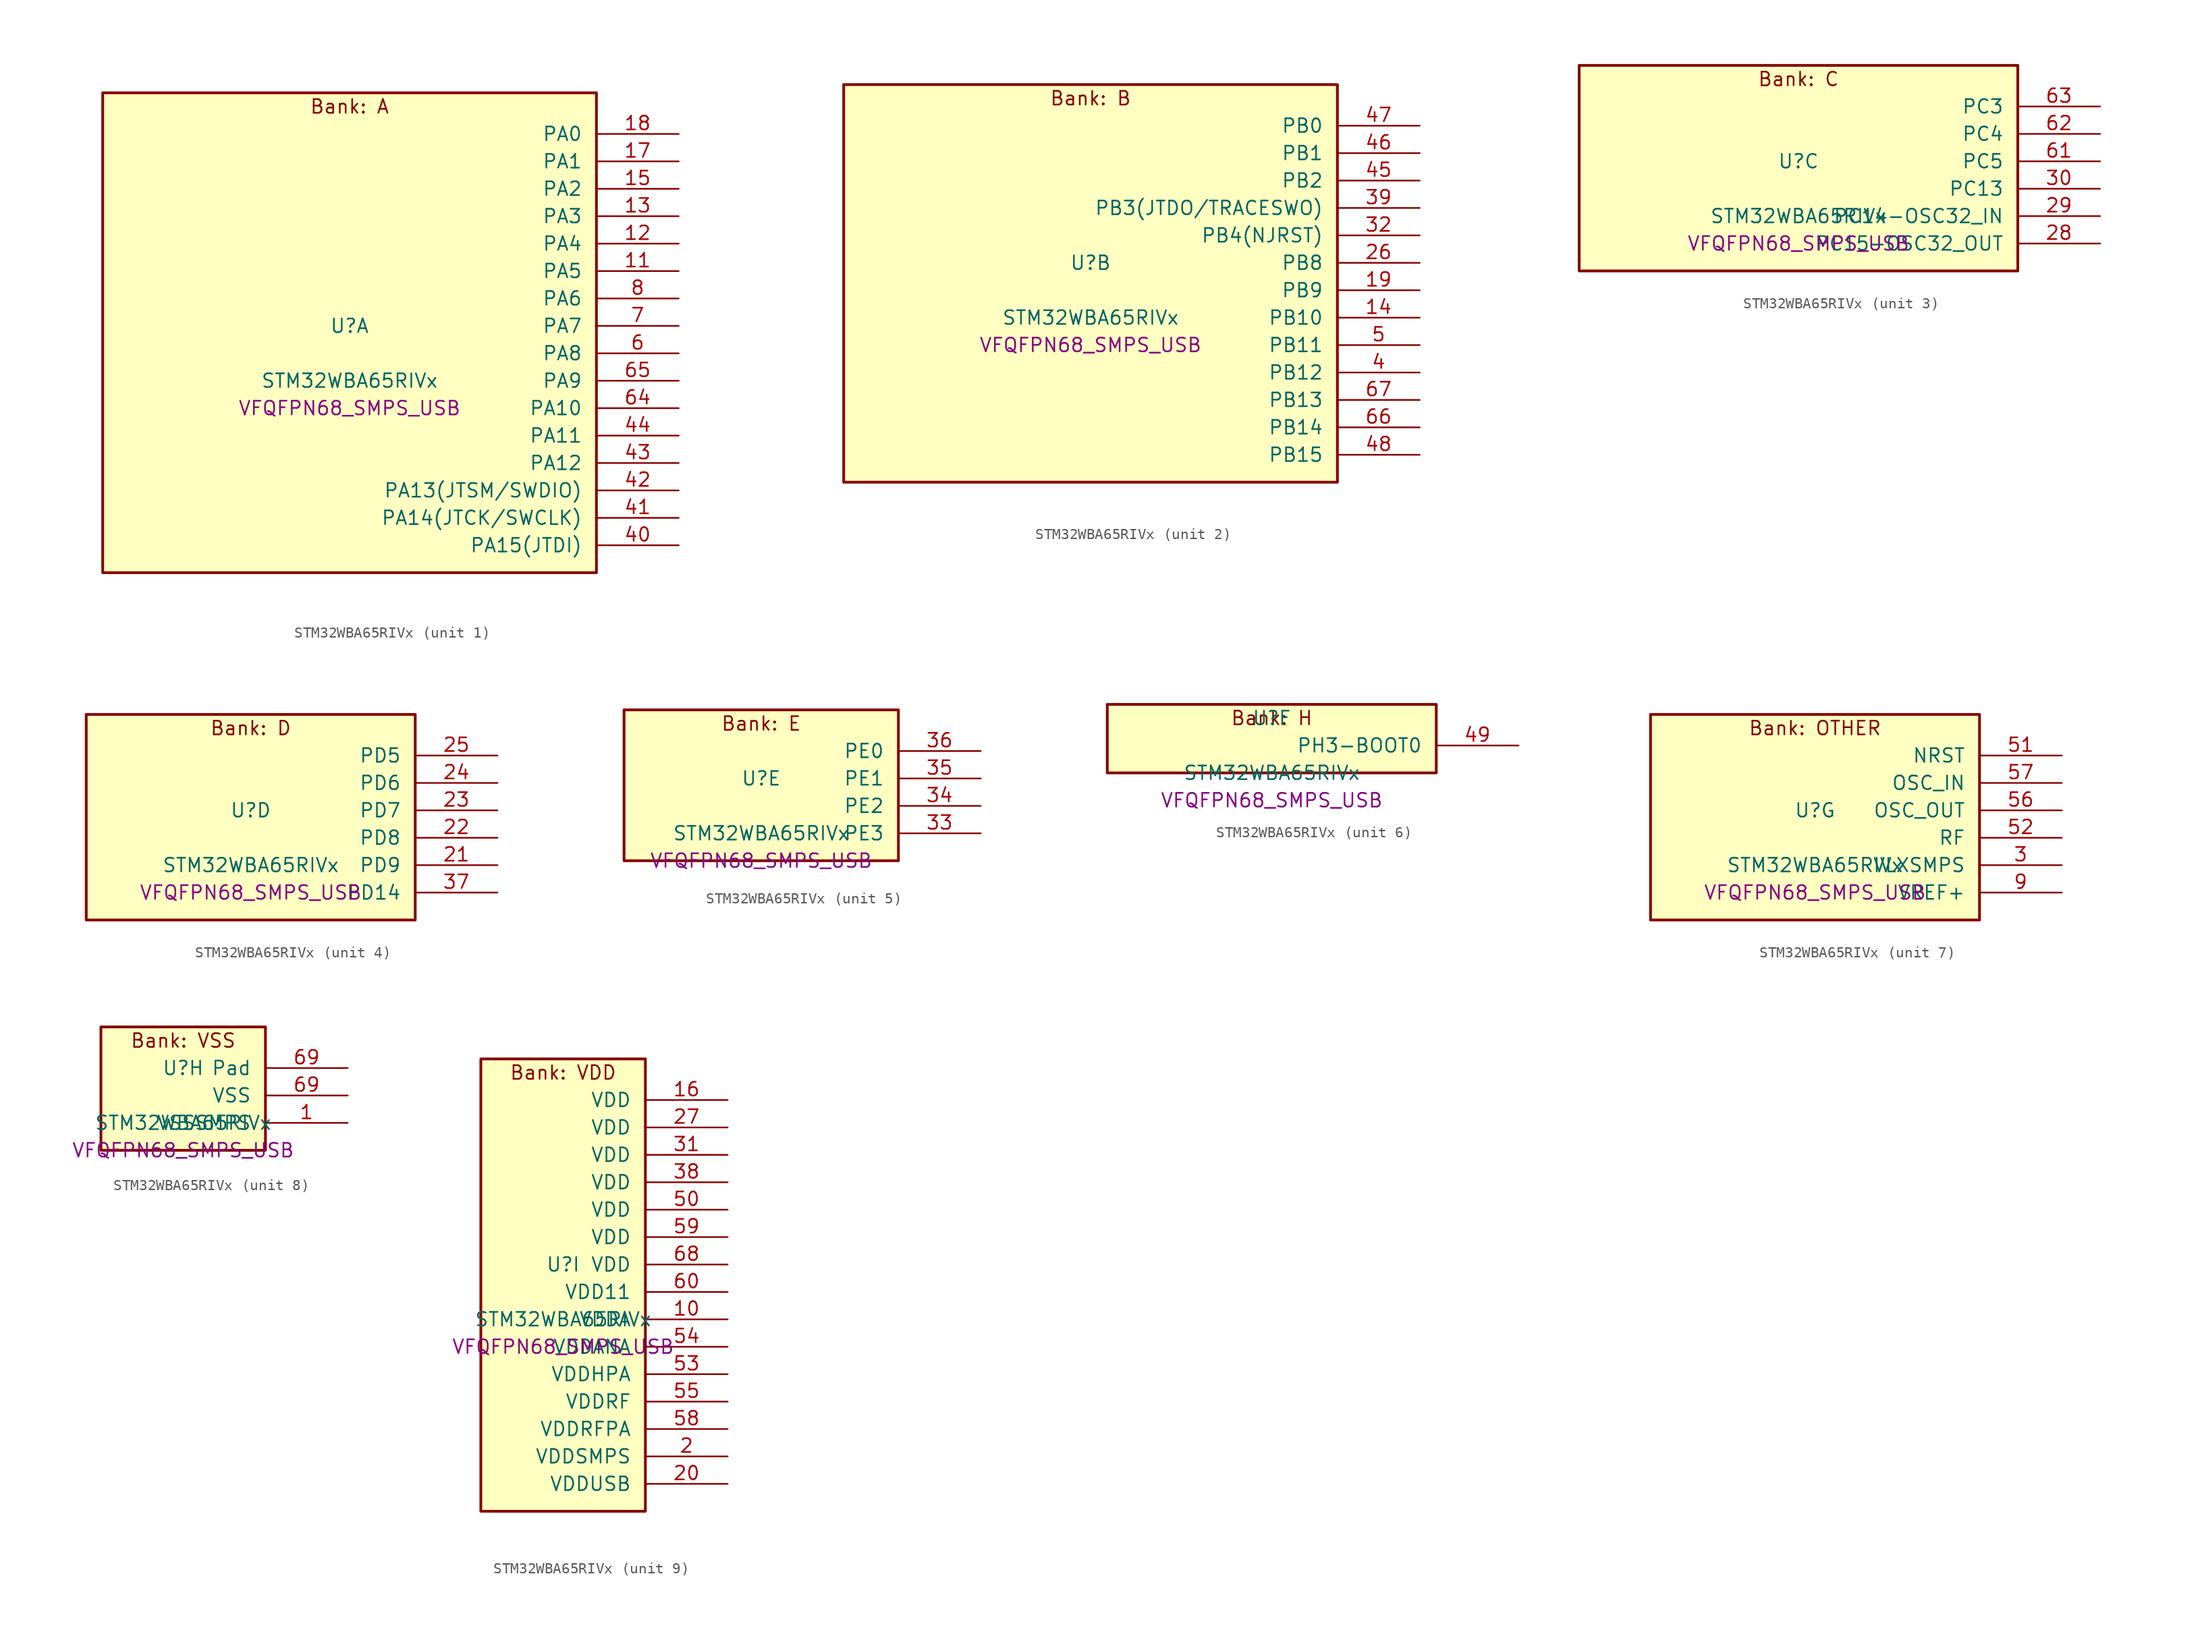
<source format=kicad_sym>
(kicad_symbol_lib
  (version 20241209)
  (generator "stm32_pkl_generator")
  (generator_version "1.0")
  (symbol "STM32WBA65RIVx"
    (pin_names
      (offset 1.27))
    (property "Reference" "U"
      (at 0 2.54 0))
    (property "Value" "STM32WBA65RIVx"
      (at 0 -2.54 0))
    (property "Footprint" "VFQFPN68_SMPS_USB"
      (at 0 -5.08 0))
    (symbol "STM32WBA65RIVx_1_1"
      (rectangle (start -22.86 24.13) (end 22.86 -20.32) (stroke (width 0.254) (type solid)) (fill (type background)))
      (text "Bank: A" (at 0 22.86 0))
      (pin bidirectional line (at 30.48 20.32 180) (length 7.62) (name "PA0") (number "18") (alternate "PA0/ADC4_IN9" bidirectional line) (alternate "PA0/COMP2_INP" bidirectional line) (alternate "PA0/LPTIM1_IN1" bidirectional line) (alternate "PA0/LPUART1_CTS" bidirectional line) (alternate "PA0/PWR_WKUP1" bidirectional line) (alternate "PA0/SPI3_SCK" bidirectional line) (alternate "PA0/TIM1_CH2N" bidirectional line) (alternate "PA0/TIM3_CH3" bidirectional line) (alternate "PA0/TIM3_ETR" bidirectional line) (alternate "PA0/TSC_G2_IO2" bidirectional line))
      (pin bidirectional line (at 30.48 17.78 180) (length 7.62) (name "PA1") (number "17") (alternate "PA1/ADC4_IN8" bidirectional line) (alternate "PA1/COMP1_INM" bidirectional line) (alternate "PA1/LPTIM2_CH2" bidirectional line) (alternate "PA1/LPUART1_RX" bidirectional line) (alternate "PA1/PWR_WKUP3" bidirectional line) (alternate "PA1/SAI1_CK1" bidirectional line) (alternate "PA1/SPI1_RDY" bidirectional line) (alternate "PA1/SPI3_MISO" bidirectional line) (alternate "PA1/TIM17_CH1" bidirectional line) (alternate "PA1/TIM1_CH1N" bidirectional line) (alternate "PA1/TIM3_CH2" bidirectional line) (alternate "PA1/TSC_G2_IO1" bidirectional line) (alternate "PA1/USART1_CK" bidirectional line))
      (pin bidirectional line (at 30.48 15.24 180) (length 7.62) (name "PA2") (number "15") (alternate "PA2/ADC4_IN7" bidirectional line) (alternate "PA2/COMP1_INP" bidirectional line) (alternate "PA2/LPUART1_TX" bidirectional line) (alternate "PA2/PWR_WKUP4" bidirectional line) (alternate "PA2/RCC_LSCO" bidirectional line) (alternate "PA2/SAI1_D1" bidirectional line) (alternate "PA2/TIM16_CH1" bidirectional line) (alternate "PA2/TIM1_BKIN" bidirectional line) (alternate "PA2/TIM3_CH1" bidirectional line) (alternate "PA2/TSC_G4_IO4" bidirectional line) (alternate "PA2/USART1_DE" bidirectional line) (alternate "PA2/USART1_RTS" bidirectional line))
      (pin bidirectional line (at 30.48 12.7 180) (length 7.62) (name "PA3") (number "13") (alternate "PA3/ADC4_IN6" bidirectional line) (alternate "PA3/PWR_WKUP5" bidirectional line) (alternate "PA3/TIM16_CH1N" bidirectional line) (alternate "PA3/TSC_G4_IO2" bidirectional line) (alternate "PA3/USART1_DE" bidirectional line) (alternate "PA3/USART1_RTS" bidirectional line))
      (pin bidirectional line (at 30.48 10.16 180) (length 7.62) (name "PA4") (number "12") (alternate "PA4/ADC4_IN5" bidirectional line) (alternate "PA4/AUDIOCLK" bidirectional line) (alternate "PA4/PWR_WKUP2" bidirectional line) (alternate "PA4/TAMP_IN6" bidirectional line) (alternate "PA4/TAMP_OUT3" bidirectional line) (alternate "PA4/TIM16_CH1" bidirectional line) (alternate "PA4/TSC_G4_IO1" bidirectional line) (alternate "PA4/USART1_CTS" bidirectional line))
      (pin bidirectional line (at 30.48 7.62 180) (length 7.62) (name "PA5") (number "11") (alternate "PA5/ADC4_IN4" bidirectional line) (alternate "PA5/AUDIOCLK" bidirectional line) (alternate "PA5/LPTIM2_ETR" bidirectional line) (alternate "PA5/PWR_CSLEEP" bidirectional line) (alternate "PA5/PWR_WKUP6" bidirectional line) (alternate "PA5/SAI1_D2" bidirectional line) (alternate "PA5/SPI3_NSS" bidirectional line) (alternate "PA5/TIM2_CH1" bidirectional line) (alternate "PA5/TIM2_ETR" bidirectional line) (alternate "PA5/TSC_G1_IO4" bidirectional line) (alternate "PA5/USART1_CK" bidirectional line) (alternate "PA5/USART3_RX" bidirectional line))
      (pin bidirectional line (at 30.48 5.08 180) (length 7.62) (name "PA6") (number "8") (alternate "PA6/ADC4_IN3" bidirectional line) (alternate "PA6/I2C3_SCL" bidirectional line) (alternate "PA6/PWR_CSTOP" bidirectional line) (alternate "PA6/PWR_WKUP7" bidirectional line) (alternate "PA6/SAI1_CK2" bidirectional line) (alternate "PA6/SAI1_MCLK_A" bidirectional line) (alternate "PA6/SPI3_RDY" bidirectional line) (alternate "PA6/TIM2_CH4" bidirectional line) (alternate "PA6/TSC_G1_IO3" bidirectional line) (alternate "PA6/USART1_DE" bidirectional line) (alternate "PA6/USART1_RTS" bidirectional line) (alternate "PA6/USART3_CTS" bidirectional line))
      (pin bidirectional line (at 30.48 2.54 180) (length 7.62) (name "PA7") (number "7") (alternate "PA7/ADC4_IN2" bidirectional line) (alternate "PA7/COMP1_OUT" bidirectional line) (alternate "PA7/I2C3_SDA" bidirectional line) (alternate "PA7/PWR_WKUP8" bidirectional line) (alternate "PA7/SAI1_SCK_A" bidirectional line) (alternate "PA7/SPI3_SCK" bidirectional line) (alternate "PA7/TAMP_IN1" bidirectional line) (alternate "PA7/TAMP_OUT2" bidirectional line) (alternate "PA7/TIM2_CH3" bidirectional line) (alternate "PA7/TSC_G1_IO2" bidirectional line) (alternate "PA7/USART1_CTS" bidirectional line) (alternate "PA7/USART3_TX" bidirectional line))
      (pin bidirectional line (at 30.48 0 180) (length 7.62) (name "PA8") (number "6") (alternate "PA8/ADC4_IN1" bidirectional line) (alternate "PA8/LPTIM1_CH2" bidirectional line) (alternate "PA8/RCC_MCO" bidirectional line) (alternate "PA8/SAI1_FS_A" bidirectional line) (alternate "PA8/SPI3_RDY" bidirectional line) (alternate "PA8/TIM2_CH2" bidirectional line) (alternate "PA8/TSC_G1_IO1" bidirectional line) (alternate "PA8/USART1_RX" bidirectional line) (alternate "PA8/USB_OTG_HS_SOF" bidirectional line))
      (pin bidirectional line (at 30.48 -2.54 180) (length 7.62) (name "PA9") (number "65") (alternate "PA9/LPUART1_DE" bidirectional line) (alternate "PA9/LPUART1_RTS" bidirectional line) (alternate "PA9/SAI1_CK1" bidirectional line) (alternate "PA9/SPI2_MISO" bidirectional line) (alternate "PA9/SPI2_SCK" bidirectional line) (alternate "PA9/TIM3_CH2" bidirectional line))
      (pin bidirectional line (at 30.48 -5.08 180) (length 7.62) (name "PA10") (number "64") (alternate "PA10/LPUART1_RX" bidirectional line) (alternate "PA10/SAI1_D1" bidirectional line) (alternate "PA10/SPI2_NSS" bidirectional line) (alternate "PA10/TIM3_CH1" bidirectional line))
      (pin bidirectional line (at 30.48 -7.62 180) (length 7.62) (name "PA11") (number "44") (alternate "PA11/LPTIM2_CH1" bidirectional line) (alternate "PA11/RF_ANTSW1" bidirectional line) (alternate "PA11/TIM1_CH1" bidirectional line) (alternate "PA11/USART2_RX" bidirectional line))
      (pin bidirectional line (at 30.48 -10.16 180) (length 7.62) (name "PA12") (number "43") (alternate "PA12/COMP2_OUT" bidirectional line) (alternate "PA12/PTA_STATUS" bidirectional line) (alternate "PA12/PWR_WKUP6" bidirectional line) (alternate "PA12/RF_ANTSW0" bidirectional line) (alternate "PA12/SPI1_NSS" bidirectional line) (alternate "PA12/TIM1_CH2" bidirectional line) (alternate "PA12/TSC_G3_IO4" bidirectional line) (alternate "PA12/USART2_TX" bidirectional line))
      (pin bidirectional line (at 30.48 -12.7 180) (length 7.62) (name "PA13(JTSM/SWDIO)") (number "42") (alternate "PA13(JTSM/SWDIO)/DEBUG_JTMS-SWDIO" bidirectional line) (alternate "PA13(JTSM/SWDIO)/IR_OUT" bidirectional line) (alternate "PA13(JTSM/SWDIO)/PTA_PRIORITY" bidirectional line))
      (pin bidirectional line (at 30.48 -15.24 180) (length 7.62) (name "PA14(JTCK/SWCLK)") (number "41") (alternate "PA14(JTCK/SWCLK)/COMP2_OUT" bidirectional line) (alternate "PA14(JTCK/SWCLK)/DEBUG_JTCK-SWCLK" bidirectional line) (alternate "PA14(JTCK/SWCLK)/I2C4_SMBA" bidirectional line) (alternate "PA14(JTCK/SWCLK)/PTA_STATUS" bidirectional line) (alternate "PA14(JTCK/SWCLK)/TAMP_IN3" bidirectional line) (alternate "PA14(JTCK/SWCLK)/TAMP_OUT6" bidirectional line) (alternate "PA14(JTCK/SWCLK)/USART2_TX" bidirectional line) (alternate "PA14(JTCK/SWCLK)/USB_OTG_HS_SOF" bidirectional line))
      (pin bidirectional line (at 30.48 -17.78 180) (length 7.62) (name "PA15(JTDI)") (number "40") (alternate "PA15(JTDI)/ADC4_EXTI15" bidirectional line) (alternate "PA15(JTDI)/DEBUG_JTDI" bidirectional line) (alternate "PA15(JTDI)/I2C1_SCL" bidirectional line) (alternate "PA15(JTDI)/LPTIM1_CH2" bidirectional line) (alternate "PA15(JTDI)/PTA_STATUS" bidirectional line) (alternate "PA15(JTDI)/SPI1_MOSI" bidirectional line) (alternate "PA15(JTDI)/TIM17_BKIN" bidirectional line) (alternate "PA15(JTDI)/TIM1_ETR" bidirectional line) (alternate "PA15(JTDI)/TSC_G3_IO3" bidirectional line) (alternate "PA15(JTDI)/USART2_DE" bidirectional line) (alternate "PA15(JTDI)/USART2_RTS" bidirectional line) (alternate "PA15(JTDI)/USART3_DE" bidirectional line) (alternate "PA15(JTDI)/USART3_RTS" bidirectional line)))
    (symbol "STM32WBA65RIVx_2_1"
      (rectangle (start -22.86 19.05) (end 22.86 -17.78) (stroke (width 0.254) (type solid)) (fill (type background)))
      (text "Bank: B" (at 0 17.78 0))
      (pin bidirectional line (at 30.48 15.24 180) (length 7.62) (name "PB0") (number "47") (alternate "PB0/LPTIM2_IN2" bidirectional line) (alternate "PB0/SPI2_MOSI" bidirectional line) (alternate "PB0/TIM1_CH3N" bidirectional line) (alternate "PB0/USART2_TX" bidirectional line) (alternate "PB0/USART3_CK" bidirectional line))
      (pin bidirectional line (at 30.48 12.7 180) (length 7.62) (name "PB1") (number "46") (alternate "PB1/I2C1_SDA" bidirectional line) (alternate "PB1/I2C3_SDA" bidirectional line) (alternate "PB1/PWR_WKUP4" bidirectional line) (alternate "PB1/TIM1_CH2N" bidirectional line) (alternate "PB1/USART2_DE" bidirectional line) (alternate "PB1/USART2_RTS" bidirectional line) (alternate "PB1/USART3_DE" bidirectional line) (alternate "PB1/USART3_RTS" bidirectional line))
      (pin bidirectional line (at 30.48 10.16 180) (length 7.62) (name "PB2") (number "45") (alternate "PB2/I2C1_SCL" bidirectional line) (alternate "PB2/I2C3_SCL" bidirectional line) (alternate "PB2/PWR_WKUP1" bidirectional line) (alternate "PB2/RF_ANTSW2" bidirectional line) (alternate "PB2/RTC_OUT2" bidirectional line) (alternate "PB2/TIM1_CH1N" bidirectional line) (alternate "PB2/USART2_CTS" bidirectional line))
      (pin bidirectional line (at 30.48 7.62 180) (length 7.62) (name "PB3(JTDO/TRACESWO)") (number "39") (alternate "PB3(JTDO/TRACESWO)/DEBUG_JTDO-SWO" bidirectional line) (alternate "PB3(JTDO/TRACESWO)/I2C1_SDA" bidirectional line) (alternate "PB3(JTDO/TRACESWO)/LPTIM1_IN2" bidirectional line) (alternate "PB3(JTDO/TRACESWO)/PTA_ACTIVE" bidirectional line) (alternate "PB3(JTDO/TRACESWO)/SPI1_MISO" bidirectional line) (alternate "PB3(JTDO/TRACESWO)/TIM17_CH1N" bidirectional line) (alternate "PB3(JTDO/TRACESWO)/TIM1_CH4" bidirectional line) (alternate "PB3(JTDO/TRACESWO)/TSC_G3_IO2" bidirectional line) (alternate "PB3(JTDO/TRACESWO)/USART2_CK" bidirectional line))
      (pin bidirectional line (at 30.48 5.08 180) (length 7.62) (name "PB4(NJRST)") (number "32") (alternate "PB4(NJRST)/DEBUG_NJTRST" bidirectional line) (alternate "PB4(NJRST)/LPTIM2_IN2" bidirectional line) (alternate "PB4(NJRST)/PTA_ACTIVE" bidirectional line) (alternate "PB4(NJRST)/PTA_PRIORITY" bidirectional line) (alternate "PB4(NJRST)/SAI1_MCLK_B" bidirectional line) (alternate "PB4(NJRST)/SPI1_SCK" bidirectional line) (alternate "PB4(NJRST)/TIM17_CH1" bidirectional line) (alternate "PB4(NJRST)/TIM1_CH3" bidirectional line) (alternate "PB4(NJRST)/TSC_G3_IO1" bidirectional line) (alternate "PB4(NJRST)/USART2_RX" bidirectional line))
      (pin bidirectional line (at 30.48 2.54 180) (length 7.62) (name "PB8") (number "26") (alternate "PB8/COMP1_OUT" bidirectional line) (alternate "PB8/LPTIM1_ETR" bidirectional line) (alternate "PB8/PWR_PVD_IN" bidirectional line) (alternate "PB8/SPI3_MOSI" bidirectional line) (alternate "PB8/TIM16_CH1N" bidirectional line) (alternate "PB8/TIM1_CH1" bidirectional line) (alternate "PB8/TIM3_ETR" bidirectional line) (alternate "PB8/TIM4_CH3" bidirectional line) (alternate "PB8/TSC_G2_IO4" bidirectional line) (alternate "PB8/USART2_RX" bidirectional line))
      (pin bidirectional line (at 30.48 0 180) (length 7.62) (name "PB9") (number "19") (alternate "PB9/ADC4_IN10" bidirectional line) (alternate "PB9/COMP2_INM" bidirectional line) (alternate "PB9/IR_OUT" bidirectional line) (alternate "PB9/LPTIM2_IN1" bidirectional line) (alternate "PB9/LPUART1_DE" bidirectional line) (alternate "PB9/LPUART1_RTS" bidirectional line) (alternate "PB9/PWR_WKUP8" bidirectional line) (alternate "PB9/SPI2_NSS" bidirectional line) (alternate "PB9/SPI3_MISO" bidirectional line) (alternate "PB9/TIM16_CH1" bidirectional line) (alternate "PB9/TIM1_CH3N" bidirectional line) (alternate "PB9/TIM3_CH4" bidirectional line) (alternate "PB9/TIM4_CH4" bidirectional line) (alternate "PB9/TSC_G2_IO3" bidirectional line))
      (pin bidirectional line (at 30.48 -2.54 180) (length 7.62) (name "PB10") (number "14") (alternate "PB10/I2C2_SCL" bidirectional line) (alternate "PB10/I2C4_SCL" bidirectional line) (alternate "PB10/SPI2_SCK" bidirectional line) (alternate "PB10/TIM16_BKIN" bidirectional line) (alternate "PB10/TSC_G4_IO3" bidirectional line) (alternate "PB10/USART1_CK" bidirectional line) (alternate "PB10/USART3_TX" bidirectional line))
      (pin bidirectional line (at 30.48 -5.08 180) (length 7.62) (name "PB11") (number "5") (alternate "PB11/I2C2_SDA" bidirectional line) (alternate "PB11/I2C4_SDA" bidirectional line) (alternate "PB11/LPTIM1_CH1" bidirectional line) (alternate "PB11/LPTIM1_ETR" bidirectional line) (alternate "PB11/LPUART1_TX" bidirectional line) (alternate "PB11/SPI2_RDY" bidirectional line) (alternate "PB11/USART3_RX" bidirectional line))
      (pin bidirectional line (at 30.48 -7.62 180) (length 7.62) (name "PB12") (number "4") (alternate "PB12/I2C2_SMBA" bidirectional line) (alternate "PB12/SAI1_SD_A" bidirectional line) (alternate "PB12/SPI1_RDY" bidirectional line) (alternate "PB12/SPI2_NSS" bidirectional line) (alternate "PB12/TIM2_CH1" bidirectional line) (alternate "PB12/TIM2_ETR" bidirectional line) (alternate "PB12/TIM3_ETR" bidirectional line) (alternate "PB12/TSC_SYNC" bidirectional line) (alternate "PB12/USART1_TX" bidirectional line) (alternate "PB12/USART3_CK" bidirectional line))
      (pin bidirectional line (at 30.48 -10.16 180) (length 7.62) (name "PB13") (number "67") (alternate "PB13/I2C2_SCL" bidirectional line) (alternate "PB13/SPI2_SCK" bidirectional line) (alternate "PB13/TIM3_CH4" bidirectional line) (alternate "PB13/TSC_G6_IO2" bidirectional line) (alternate "PB13/USART3_CTS" bidirectional line))
      (pin bidirectional line (at 30.48 -12.7 180) (length 7.62) (name "PB14") (number "66") (alternate "PB14/I2C2_SDA" bidirectional line) (alternate "PB14/PWR_WKUP7" bidirectional line) (alternate "PB14/RTC_REFIN" bidirectional line) (alternate "PB14/SAI1_SD_A" bidirectional line) (alternate "PB14/SPI2_MISO" bidirectional line) (alternate "PB14/TIM3_CH3" bidirectional line) (alternate "PB14/TSC_G6_IO1" bidirectional line) (alternate "PB14/USART1_TX" bidirectional line) (alternate "PB14/USART3_DE" bidirectional line) (alternate "PB14/USART3_RTS" bidirectional line))
      (pin bidirectional line (at 30.48 -15.24 180) (length 7.62) (name "PB15") (number "48") (alternate "PB15/ADC4_EXTI15" bidirectional line) (alternate "PB15/I2C1_SMBA" bidirectional line) (alternate "PB15/I2C3_SMBA" bidirectional line) (alternate "PB15/LPUART1_CTS" bidirectional line) (alternate "PB15/PTA_GRANT" bidirectional line) (alternate "PB15/RF_EXTPABYP" bidirectional line) (alternate "PB15/TIM16_BKIN" bidirectional line) (alternate "PB15/TIM1_BKIN2" bidirectional line) (alternate "PB15/USART2_CTS" bidirectional line)))
    (symbol "STM32WBA65RIVx_3_1"
      (rectangle (start -20.32 11.43) (end 20.32 -7.62) (stroke (width 0.254) (type solid)) (fill (type background)))
      (text "Bank: C" (at 0 10.16 0))
      (pin bidirectional line (at 27.94 7.62 180) (length 7.62) (name "PC3") (number "63") (alternate "PC3/LPTIM1_ETR" bidirectional line) (alternate "PC3/LPTIM2_ETR" bidirectional line) (alternate "PC3/SAI1_D1" bidirectional line) (alternate "PC3/SAI1_SD_A" bidirectional line) (alternate "PC3/SPI2_MOSI" bidirectional line) (alternate "PC3/SPI3_MOSI" bidirectional line) (alternate "PC3/TIM3_CH1" bidirectional line))
      (pin bidirectional line (at 27.94 5.08 180) (length 7.62) (name "PC4") (number "62") (alternate "PC4/LPTIM2_CH2" bidirectional line) (alternate "PC4/SAI1_D2" bidirectional line) (alternate "PC4/SAI1_FS_A" bidirectional line) (alternate "PC4/SPI3_MISO" bidirectional line) (alternate "PC4/TIM3_CH2" bidirectional line) (alternate "PC4/USART3_TX" bidirectional line))
      (pin bidirectional line (at 27.94 2.54 180) (length 7.62) (name "PC5") (number "61") (alternate "PC5/SAI1_D3" bidirectional line) (alternate "PC5/SAI1_SD_B" bidirectional line) (alternate "PC5/TIM1_CH4N" bidirectional line) (alternate "PC5/USART3_RX" bidirectional line))
      (pin bidirectional line (at 27.94 0 180) (length 7.62) (name "PC13") (number "30") (alternate "PC13/PWR_WKUP2" bidirectional line) (alternate "PC13/RTC_OUT1" bidirectional line) (alternate "PC13/RTC_TS" bidirectional line) (alternate "PC13/TAMP_IN4" bidirectional line) (alternate "PC13/TAMP_OUT5" bidirectional line) (alternate "PC13/TIM1_BKIN2" bidirectional line) (alternate "PC13/TSC_G5_IO1" bidirectional line))
      (pin bidirectional line (at 27.94 -2.54 180) (length 7.62) (name "PC14-OSC32_IN") (number "29") (alternate "PC14-OSC32_IN/RCC_OSC32_IN" bidirectional line))
      (pin bidirectional line (at 27.94 -5.08 180) (length 7.62) (name "PC15-OSC32_OUT") (number "28") (alternate "PC15-OSC32_OUT/ADC4_EXTI15" bidirectional line) (alternate "PC15-OSC32_OUT/RCC_OSC32_OUT" bidirectional line)))
    (symbol "STM32WBA65RIVx_4_1"
      (rectangle (start -15.24 11.43) (end 15.24 -7.62) (stroke (width 0.254) (type solid)) (fill (type background)))
      (text "Bank: D" (at 0 10.16 0))
      (pin bidirectional line (at 22.86 7.62 180) (length 7.62) (name "PD5") (number "25") (alternate "PD5/SAI1_D1" bidirectional line) (alternate "PD5/SAI1_SD_A" bidirectional line) (alternate "PD5/SPI3_MOSI" bidirectional line) (alternate "PD5/USART2_RX" bidirectional line))
      (pin bidirectional line (at 22.86 5.08 180) (length 7.62) (name "PD6") (number "24") (alternate "PD6/USB_OTG_HS_DP" bidirectional line))
      (pin bidirectional line (at 22.86 2.54 180) (length 7.62) (name "PD7") (number "23") (alternate "PD7/USB_OTG_HS_DM" bidirectional line))
      (pin bidirectional line (at 22.86 0 180) (length 7.62) (name "PD8") (number "22") (alternate "PD8/USART2_CK" bidirectional line) (alternate "PD8/USB_OTG_HS_ID" bidirectional line))
      (pin bidirectional line (at 22.86 -2.54 180) (length 7.62) (name "PD9") (number "21") (alternate "PD9/USART2_TX" bidirectional line) (alternate "PD9/USART3_TX" bidirectional line) (alternate "PD9/USB_OTG_HS_VBUS" bidirectional line))
      (pin bidirectional line (at 22.86 -5.08 180) (length 7.62) (name "PD14") (number "37") (alternate "PD14/DEBUG_TRACED3" bidirectional line) (alternate "PD14/TIM4_CH3" bidirectional line)))
    (symbol "STM32WBA65RIVx_5_1"
      (rectangle (start -12.7 8.89) (end 12.7 -5.08) (stroke (width 0.254) (type solid)) (fill (type background)))
      (text "Bank: E" (at 0 7.62 0))
      (pin bidirectional line (at 20.32 5.08 180) (length 7.62) (name "PE0") (number "36") (alternate "PE0/DEBUG_TRACECLK" bidirectional line) (alternate "PE0/TIM16_CH1" bidirectional line) (alternate "PE0/TIM4_ETR" bidirectional line) (alternate "PE0/TSC_G7_IO4" bidirectional line))
      (pin bidirectional line (at 20.32 2.54 180) (length 7.62) (name "PE1") (number "35") (alternate "PE1/DEBUG_TRACED0" bidirectional line) (alternate "PE1/TIM17_CH1" bidirectional line) (alternate "PE1/TSC_G7_IO3" bidirectional line))
      (pin bidirectional line (at 20.32 0 180) (length 7.62) (name "PE2") (number "34") (alternate "PE2/DEBUG_TRACED1" bidirectional line) (alternate "PE2/SAI1_CK1" bidirectional line) (alternate "PE2/SAI1_MCLK_A" bidirectional line) (alternate "PE2/TIM3_ETR" bidirectional line) (alternate "PE2/TSC_G7_IO2" bidirectional line))
      (pin bidirectional line (at 20.32 -2.54 180) (length 7.62) (name "PE3") (number "33") (alternate "PE3/DEBUG_TRACED2" bidirectional line) (alternate "PE3/SAI1_SD_B" bidirectional line) (alternate "PE3/TIM3_CH1" bidirectional line) (alternate "PE3/TSC_G7_IO1" bidirectional line)))
    (symbol "STM32WBA65RIVx_6_1"
      (rectangle (start -15.24 3.81) (end 15.24 -2.54) (stroke (width 0.254) (type solid)) (fill (type background)))
      (text "Bank: H" (at 0 2.54 0))
      (pin bidirectional line (at 22.86 0 180) (length 7.62) (name "PH3-BOOT0") (number "49") (alternate "PH3-BOOT0/PTA_GRANT" bidirectional line) (alternate "PH3-BOOT0/RF_EXTPABYP" bidirectional line) (alternate "PH3-BOOT0/TAMP_IN2" bidirectional line) (alternate "PH3-BOOT0/TAMP_OUT1" bidirectional line)))
    (symbol "STM32WBA65RIVx_7_1"
      (rectangle (start -15.24 11.43) (end 15.24 -7.62) (stroke (width 0.254) (type solid)) (fill (type background)))
      (text "Bank: OTHER" (at 0 10.16 0))
      (pin input line (at 22.86 7.62 180) (length 7.62) (name "NRST") (number "51"))
      (pin bidirectional line (at 22.86 5.08 180) (length 7.62) (name "OSC_IN") (number "57") (alternate "OSC_IN/RCC_OSC_IN" bidirectional line))
      (pin bidirectional line (at 22.86 2.54 180) (length 7.62) (name "OSC_OUT") (number "56") (alternate "OSC_OUT/RCC_OSC_OUT" bidirectional line))
      (pin bidirectional line (at 22.86 0 180) (length 7.62) (name "RF") (number "52"))
      (pin power_in line (at 22.86 -2.54 180) (length 7.62) (name "VLXSMPS") (number "3"))
      (pin bidirectional line (at 22.86 -5.08 180) (length 7.62) (name "VREF+") (number "9")))
    (symbol "STM32WBA65RIVx_8_1"
      (rectangle (start -7.62 6.35) (end 7.62 -5.08) (stroke (width 0.254) (type solid)) (fill (type background)))
      (text "Bank: VSS" (at 0 5.08 0))
      (pin passive line (at 15.24 2.54 180) (length 7.62) (name "Pad") (number "69"))
      (pin power_in line (at 15.24 0 180) (length 7.62) (name "VSS") (number "69"))
      (pin power_in line (at 15.24 -2.54 180) (length 7.62) (name "VSSSMPS") (number "1")))
    (symbol "STM32WBA65RIVx_9_1"
      (rectangle (start -7.62 21.59) (end 7.62 -20.32) (stroke (width 0.254) (type solid)) (fill (type background)))
      (text "Bank: VDD" (at 0 20.32 0))
      (pin power_in line (at 15.24 17.78 180) (length 7.62) (name "VDD") (number "16"))
      (pin power_in line (at 15.24 15.24 180) (length 7.62) (name "VDD") (number "27"))
      (pin power_in line (at 15.24 12.7 180) (length 7.62) (name "VDD") (number "31"))
      (pin power_in line (at 15.24 10.16 180) (length 7.62) (name "VDD") (number "38"))
      (pin power_in line (at 15.24 7.62 180) (length 7.62) (name "VDD") (number "50"))
      (pin power_in line (at 15.24 5.08 180) (length 7.62) (name "VDD") (number "59"))
      (pin power_in line (at 15.24 2.54 180) (length 7.62) (name "VDD") (number "68"))
      (pin power_in line (at 15.24 0 180) (length 7.62) (name "VDD11") (number "60"))
      (pin power_in line (at 15.24 -2.54 180) (length 7.62) (name "VDDA") (number "10"))
      (pin power_in line (at 15.24 -5.08 180) (length 7.62) (name "VDDANA") (number "54"))
      (pin power_in line (at 15.24 -7.62 180) (length 7.62) (name "VDDHPA") (number "53"))
      (pin power_in line (at 15.24 -10.16 180) (length 7.62) (name "VDDRF") (number "55"))
      (pin power_in line (at 15.24 -12.7 180) (length 7.62) (name "VDDRFPA") (number "58"))
      (pin power_in line (at 15.24 -15.24 180) (length 7.62) (name "VDDSMPS") (number "2"))
      (pin power_in line (at 15.24 -17.78 180) (length 7.62) (name "VDDUSB") (number "20")))))
</source>
